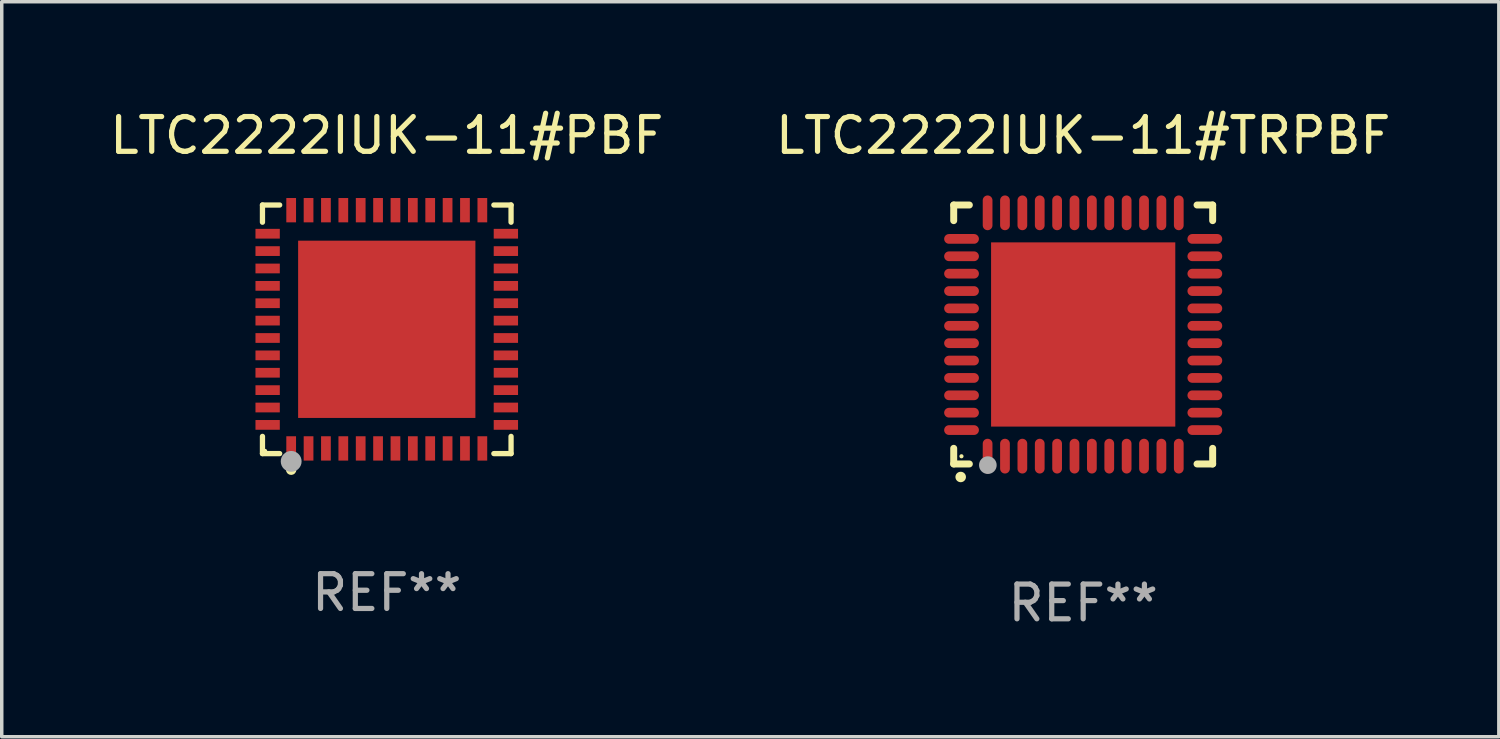
<source format=kicad_pcb>
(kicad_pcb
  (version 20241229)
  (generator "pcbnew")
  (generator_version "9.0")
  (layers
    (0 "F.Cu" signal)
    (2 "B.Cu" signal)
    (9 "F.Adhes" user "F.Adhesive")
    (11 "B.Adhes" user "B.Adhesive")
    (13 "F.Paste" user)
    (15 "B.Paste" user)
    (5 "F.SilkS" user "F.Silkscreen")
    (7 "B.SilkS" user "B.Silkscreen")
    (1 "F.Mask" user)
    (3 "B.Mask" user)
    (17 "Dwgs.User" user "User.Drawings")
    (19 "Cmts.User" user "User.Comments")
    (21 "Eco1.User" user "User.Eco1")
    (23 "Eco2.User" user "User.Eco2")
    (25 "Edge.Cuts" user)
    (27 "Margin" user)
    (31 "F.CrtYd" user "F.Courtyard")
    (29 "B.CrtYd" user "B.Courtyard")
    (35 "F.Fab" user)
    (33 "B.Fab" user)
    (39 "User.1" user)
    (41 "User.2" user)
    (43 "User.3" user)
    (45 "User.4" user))
  (footprint "LTC2222IUK-11#PBF"
    (layer "F.Cu")
    (at 8.077 6.424)
    (property "Reference" "LTC2222IUK-11#PBF" (at 0 -5.576 0) (layer "F.SilkS") (effects (font (size 1 1) (thickness 0.15))))
    (attr through_hole)
    (fp_line (start -3.576 -3.576) (end -3.081 -3.576) (stroke (width 0.152) (type solid)) (layer "F.SilkS"))
    (fp_line (start -3.576 -3.081) (end -3.576 -3.576) (stroke (width 0.152) (type solid)) (layer "F.SilkS"))
    (fp_line (start -3.576 3.081) (end -3.576 3.576) (stroke (width 0.152) (type solid)) (layer "F.SilkS"))
    (fp_line (start -3.576 3.576) (end -3.081 3.576) (stroke (width 0.152) (type solid)) (layer "F.SilkS"))
    (fp_line (start 3.576 -3.576) (end 3.081 -3.576) (stroke (width 0.152) (type solid)) (layer "F.SilkS"))
    (fp_line (start 3.576 -3.081) (end 3.576 -3.576) (stroke (width 0.152) (type solid)) (layer "F.SilkS"))
    (fp_line (start 3.576 3.081) (end 3.576 3.576) (stroke (width 0.152) (type solid)) (layer "F.SilkS"))
    (fp_line (start 3.576 3.576) (end 3.081 3.576) (stroke (width 0.152) (type solid)) (layer "F.SilkS"))
    (fp_circle (center -3.5 3.5) (end -3.47 3.5) (stroke (width 0.06) (type solid)) (fill no) (layer "F.SilkS"))
    (fp_circle (center -2.75 4.04) (end -2.675 4.04) (stroke (width 0.15) (type solid)) (fill no) (layer "F.SilkS"))
    (fp_circle (center -2.75 3.8) (end -2.6 3.8) (stroke (width 0.3) (type solid)) (fill no) (layer "F.Fab"))
    (fp_text user "REF**" (at 0 7.576 0) (layer "F.Fab") (effects (font (size 1 1) (thickness 0.15))))
    (pad "1" smd rect (at -2.75 3.427) (size 0.28 0.7) (layers "F.Cu" "F.Mask" "F.Paste"))
    (pad "2" smd rect (at -2.25 3.427) (size 0.28 0.7) (layers "F.Cu" "F.Mask" "F.Paste"))
    (pad "3" smd rect (at -1.75 3.427) (size 0.28 0.7) (layers "F.Cu" "F.Mask" "F.Paste"))
    (pad "4" smd rect (at -1.25 3.427) (size 0.28 0.7) (layers "F.Cu" "F.Mask" "F.Paste"))
    (pad "5" smd rect (at -0.75 3.427) (size 0.28 0.7) (layers "F.Cu" "F.Mask" "F.Paste"))
    (pad "6" smd rect (at -0.25 3.427) (size 0.28 0.7) (layers "F.Cu" "F.Mask" "F.Paste"))
    (pad "7" smd rect (at 0.25 3.427) (size 0.28 0.7) (layers "F.Cu" "F.Mask" "F.Paste"))
    (pad "8" smd rect (at 0.75 3.427) (size 0.28 0.7) (layers "F.Cu" "F.Mask" "F.Paste"))
    (pad "9" smd rect (at 1.25 3.427) (size 0.28 0.7) (layers "F.Cu" "F.Mask" "F.Paste"))
    (pad "10" smd rect (at 1.75 3.427) (size 0.28 0.7) (layers "F.Cu" "F.Mask" "F.Paste"))
    (pad "11" smd rect (at 2.25 3.427) (size 0.28 0.7) (layers "F.Cu" "F.Mask" "F.Paste"))
    (pad "12" smd rect (at 2.75 3.427) (size 0.28 0.7) (layers "F.Cu" "F.Mask" "F.Paste"))
    (pad "13" smd rect (at 3.427 2.75) (size 0.7 0.28) (layers "F.Cu" "F.Mask" "F.Paste"))
    (pad "14" smd rect (at 3.427 2.25) (size 0.7 0.28) (layers "F.Cu" "F.Mask" "F.Paste"))
    (pad "15" smd rect (at 3.427 1.75) (size 0.7 0.28) (layers "F.Cu" "F.Mask" "F.Paste"))
    (pad "16" smd rect (at 3.427 1.25) (size 0.7 0.28) (layers "F.Cu" "F.Mask" "F.Paste"))
    (pad "17" smd rect (at 3.427 0.75) (size 0.7 0.28) (layers "F.Cu" "F.Mask" "F.Paste"))
    (pad "18" smd rect (at 3.427 0.25) (size 0.7 0.28) (layers "F.Cu" "F.Mask" "F.Paste"))
    (pad "19" smd rect (at 3.427 -0.25) (size 0.7 0.28) (layers "F.Cu" "F.Mask" "F.Paste"))
    (pad "20" smd rect (at 3.427 -0.75) (size 0.7 0.28) (layers "F.Cu" "F.Mask" "F.Paste"))
    (pad "21" smd rect (at 3.427 -1.25) (size 0.7 0.28) (layers "F.Cu" "F.Mask" "F.Paste"))
    (pad "22" smd rect (at 3.427 -1.75) (size 0.7 0.28) (layers "F.Cu" "F.Mask" "F.Paste"))
    (pad "23" smd rect (at 3.427 -2.25) (size 0.7 0.28) (layers "F.Cu" "F.Mask" "F.Paste"))
    (pad "24" smd rect (at 3.427 -2.75) (size 0.7 0.28) (layers "F.Cu" "F.Mask" "F.Paste"))
    (pad "25" smd rect (at 2.75 -3.427) (size 0.28 0.7) (layers "F.Cu" "F.Mask" "F.Paste"))
    (pad "26" smd rect (at 2.25 -3.427) (size 0.28 0.7) (layers "F.Cu" "F.Mask" "F.Paste"))
    (pad "27" smd rect (at 1.75 -3.427) (size 0.28 0.7) (layers "F.Cu" "F.Mask" "F.Paste"))
    (pad "28" smd rect (at 1.25 -3.427) (size 0.28 0.7) (layers "F.Cu" "F.Mask" "F.Paste"))
    (pad "29" smd rect (at 0.75 -3.427) (size 0.28 0.7) (layers "F.Cu" "F.Mask" "F.Paste"))
    (pad "30" smd rect (at 0.25 -3.427) (size 0.28 0.7) (layers "F.Cu" "F.Mask" "F.Paste"))
    (pad "31" smd rect (at -0.25 -3.427) (size 0.28 0.7) (layers "F.Cu" "F.Mask" "F.Paste"))
    (pad "32" smd rect (at -0.75 -3.427) (size 0.28 0.7) (layers "F.Cu" "F.Mask" "F.Paste"))
    (pad "33" smd rect (at -1.25 -3.427) (size 0.28 0.7) (layers "F.Cu" "F.Mask" "F.Paste"))
    (pad "34" smd rect (at -1.75 -3.427) (size 0.28 0.7) (layers "F.Cu" "F.Mask" "F.Paste"))
    (pad "35" smd rect (at -2.25 -3.427) (size 0.28 0.7) (layers "F.Cu" "F.Mask" "F.Paste"))
    (pad "36" smd rect (at -2.75 -3.427) (size 0.28 0.7) (layers "F.Cu" "F.Mask" "F.Paste"))
    (pad "37" smd rect (at -3.427 -2.75) (size 0.7 0.28) (layers "F.Cu" "F.Mask" "F.Paste"))
    (pad "38" smd rect (at -3.427 -2.25) (size 0.7 0.28) (layers "F.Cu" "F.Mask" "F.Paste"))
    (pad "39" smd rect (at -3.427 -1.75) (size 0.7 0.28) (layers "F.Cu" "F.Mask" "F.Paste"))
    (pad "40" smd rect (at -3.427 -1.25) (size 0.7 0.28) (layers "F.Cu" "F.Mask" "F.Paste"))
    (pad "41" smd rect (at -3.427 -0.75) (size 0.7 0.28) (layers "F.Cu" "F.Mask" "F.Paste"))
    (pad "42" smd rect (at -3.427 -0.25) (size 0.7 0.28) (layers "F.Cu" "F.Mask" "F.Paste"))
    (pad "43" smd rect (at -3.427 0.25) (size 0.7 0.28) (layers "F.Cu" "F.Mask" "F.Paste"))
    (pad "44" smd rect (at -3.427 0.75) (size 0.7 0.28) (layers "F.Cu" "F.Mask" "F.Paste"))
    (pad "45" smd rect (at -3.427 1.25) (size 0.7 0.28) (layers "F.Cu" "F.Mask" "F.Paste"))
    (pad "46" smd rect (at -3.427 1.75) (size 0.7 0.28) (layers "F.Cu" "F.Mask" "F.Paste"))
    (pad "47" smd rect (at -3.427 2.25) (size 0.7 0.28) (layers "F.Cu" "F.Mask" "F.Paste"))
    (pad "48" smd rect (at -3.427 2.75) (size 0.7 0.28) (layers "F.Cu" "F.Mask" "F.Paste"))
    (pad "49" smd rect (at 0 0) (size 5.1 5.1) (layers "F.Cu" "F.Mask" "F.Paste")))
  (footprint "LTC2222IUK-11#TRPBF"
    (layer "F.Cu")
    (at 28.113 6.573)
    (property "Reference" "LTC2222IUK-11#TRPBF" (at 0 -5.725 0) (layer "F.SilkS") (effects (font (size 1 1) (thickness 0.15))))
    (attr through_hole)
    (fp_line (start -3.725 -3.725) (end -3.275 -3.725) (stroke (width 0.2) (type solid)) (layer "F.SilkS"))
    (fp_line (start -3.725 -3.275) (end -3.725 -3.725) (stroke (width 0.2) (type solid)) (layer "F.SilkS"))
    (fp_line (start -3.725 3.725) (end -3.725 3.275) (stroke (width 0.2) (type solid)) (layer "F.SilkS"))
    (fp_line (start -3.275 3.725) (end -3.725 3.725) (stroke (width 0.2) (type solid)) (layer "F.SilkS"))
    (fp_line (start 3.275 3.725) (end 3.725 3.725) (stroke (width 0.2) (type solid)) (layer "F.SilkS"))
    (fp_line (start 3.725 -3.725) (end 3.275 -3.725) (stroke (width 0.2) (type solid)) (layer "F.SilkS"))
    (fp_line (start 3.725 -3.275) (end 3.725 -3.725) (stroke (width 0.2) (type solid)) (layer "F.SilkS"))
    (fp_line (start 3.725 3.725) (end 3.725 3.275) (stroke (width 0.2) (type solid)) (layer "F.SilkS"))
    (fp_arc (start -3.525527 4.099568) (mid -3.524257 4.099563) (end -3.522987 4.099568) (stroke (width 0.3) (type solid)) (layer "F.SilkS"))
    (fp_circle (center -3.502 3.504) (end -3.472 3.504) (stroke (width 0.06) (type solid)) (fill no) (layer "F.SilkS"))
    (fp_circle (center -2.743 3.759) (end -2.616 3.759) (stroke (width 0.254) (type solid)) (fill no) (layer "F.Fab"))
    (fp_text user "REF**" (at 0 7.725 0) (layer "F.Fab") (effects (font (size 1 1) (thickness 0.15))))
    (pad "1" smd oval (at -2.75 3.5) (size 0.28 1) (layers "F.Cu" "F.Mask" "F.Paste"))
    (pad "2" smd oval (at -2.25 3.5) (size 0.28 1) (layers "F.Cu" "F.Mask" "F.Paste"))
    (pad "3" smd oval (at -1.75 3.5) (size 0.28 1) (layers "F.Cu" "F.Mask" "F.Paste"))
    (pad "4" smd oval (at -1.25 3.5) (size 0.28 1) (layers "F.Cu" "F.Mask" "F.Paste"))
    (pad "5" smd oval (at -0.75 3.5) (size 0.28 1) (layers "F.Cu" "F.Mask" "F.Paste"))
    (pad "6" smd oval (at -0.25 3.5) (size 0.28 1) (layers "F.Cu" "F.Mask" "F.Paste"))
    (pad "7" smd oval (at 0.25 3.5) (size 0.28 1) (layers "F.Cu" "F.Mask" "F.Paste"))
    (pad "8" smd oval (at 0.75 3.5) (size 0.28 1) (layers "F.Cu" "F.Mask" "F.Paste"))
    (pad "9" smd oval (at 1.25 3.5) (size 0.28 1) (layers "F.Cu" "F.Mask" "F.Paste"))
    (pad "10" smd oval (at 1.75 3.5) (size 0.28 1) (layers "F.Cu" "F.Mask" "F.Paste"))
    (pad "11" smd oval (at 2.25 3.5) (size 0.28 1) (layers "F.Cu" "F.Mask" "F.Paste"))
    (pad "12" smd oval (at 2.75 3.5) (size 0.28 1) (layers "F.Cu" "F.Mask" "F.Paste"))
    (pad "13" smd oval (at 3.5 2.75) (size 1 0.28) (layers "F.Cu" "F.Mask" "F.Paste"))
    (pad "14" smd oval (at 3.5 2.25) (size 1 0.28) (layers "F.Cu" "F.Mask" "F.Paste"))
    (pad "15" smd oval (at 3.5 1.75) (size 1 0.28) (layers "F.Cu" "F.Mask" "F.Paste"))
    (pad "16" smd oval (at 3.5 1.25) (size 1 0.28) (layers "F.Cu" "F.Mask" "F.Paste"))
    (pad "17" smd oval (at 3.5 0.75) (size 1 0.28) (layers "F.Cu" "F.Mask" "F.Paste"))
    (pad "18" smd oval (at 3.5 0.25) (size 1 0.28) (layers "F.Cu" "F.Mask" "F.Paste"))
    (pad "19" smd oval (at 3.5 -0.25) (size 1 0.28) (layers "F.Cu" "F.Mask" "F.Paste"))
    (pad "20" smd oval (at 3.5 -0.75) (size 1 0.28) (layers "F.Cu" "F.Mask" "F.Paste"))
    (pad "21" smd oval (at 3.5 -1.25) (size 1 0.28) (layers "F.Cu" "F.Mask" "F.Paste"))
    (pad "22" smd oval (at 3.5 -1.75) (size 1 0.28) (layers "F.Cu" "F.Mask" "F.Paste"))
    (pad "23" smd oval (at 3.5 -2.25) (size 1 0.28) (layers "F.Cu" "F.Mask" "F.Paste"))
    (pad "24" smd oval (at 3.5 -2.75) (size 1 0.28) (layers "F.Cu" "F.Mask" "F.Paste"))
    (pad "25" smd oval (at 2.75 -3.5) (size 0.28 1) (layers "F.Cu" "F.Mask" "F.Paste"))
    (pad "26" smd oval (at 2.25 -3.5) (size 0.28 1) (layers "F.Cu" "F.Mask" "F.Paste"))
    (pad "27" smd oval (at 1.75 -3.5) (size 0.28 1) (layers "F.Cu" "F.Mask" "F.Paste"))
    (pad "28" smd oval (at 1.25 -3.5) (size 0.28 1) (layers "F.Cu" "F.Mask" "F.Paste"))
    (pad "29" smd oval (at 0.75 -3.5) (size 0.28 1) (layers "F.Cu" "F.Mask" "F.Paste"))
    (pad "30" smd oval (at 0.25 -3.5) (size 0.28 1) (layers "F.Cu" "F.Mask" "F.Paste"))
    (pad "31" smd oval (at -0.25 -3.5) (size 0.28 1) (layers "F.Cu" "F.Mask" "F.Paste"))
    (pad "32" smd oval (at -0.75 -3.5) (size 0.28 1) (layers "F.Cu" "F.Mask" "F.Paste"))
    (pad "33" smd oval (at -1.25 -3.5) (size 0.28 1) (layers "F.Cu" "F.Mask" "F.Paste"))
    (pad "34" smd oval (at -1.75 -3.5) (size 0.28 1) (layers "F.Cu" "F.Mask" "F.Paste"))
    (pad "35" smd oval (at -2.25 -3.5) (size 0.28 1) (layers "F.Cu" "F.Mask" "F.Paste"))
    (pad "36" smd oval (at -2.75 -3.5) (size 0.28 1) (layers "F.Cu" "F.Mask" "F.Paste"))
    (pad "37" smd oval (at -3.5 -2.75) (size 1 0.28) (layers "F.Cu" "F.Mask" "F.Paste"))
    (pad "38" smd oval (at -3.5 -2.25) (size 1 0.28) (layers "F.Cu" "F.Mask" "F.Paste"))
    (pad "39" smd oval (at -3.5 -1.75) (size 1 0.28) (layers "F.Cu" "F.Mask" "F.Paste"))
    (pad "40" smd oval (at -3.5 -1.25) (size 1 0.28) (layers "F.Cu" "F.Mask" "F.Paste"))
    (pad "41" smd oval (at -3.5 -0.75) (size 1 0.28) (layers "F.Cu" "F.Mask" "F.Paste"))
    (pad "42" smd oval (at -3.5 -0.25) (size 1 0.28) (layers "F.Cu" "F.Mask" "F.Paste"))
    (pad "43" smd oval (at -3.5 0.25) (size 1 0.28) (layers "F.Cu" "F.Mask" "F.Paste"))
    (pad "44" smd oval (at -3.5 0.75) (size 1 0.28) (layers "F.Cu" "F.Mask" "F.Paste"))
    (pad "45" smd oval (at -3.5 1.25) (size 1 0.28) (layers "F.Cu" "F.Mask" "F.Paste"))
    (pad "46" smd oval (at -3.5 1.75) (size 1 0.28) (layers "F.Cu" "F.Mask" "F.Paste"))
    (pad "47" smd oval (at -3.5 2.25) (size 1 0.28) (layers "F.Cu" "F.Mask" "F.Paste"))
    (pad "48" smd oval (at -3.5 2.75) (size 1 0.28) (layers "F.Cu" "F.Mask" "F.Paste"))
    (pad "49" smd rect (at 0 0) (size 5.3 5.3) (layers "F.Cu" "F.Mask" "F.Paste")))
  (gr_rect
    (start -3 -3)
    (end 40.071 18.146)
    (stroke (width 0.1) (type default))
    (fill no)
    (layer "Edge.Cuts")))
</source>
